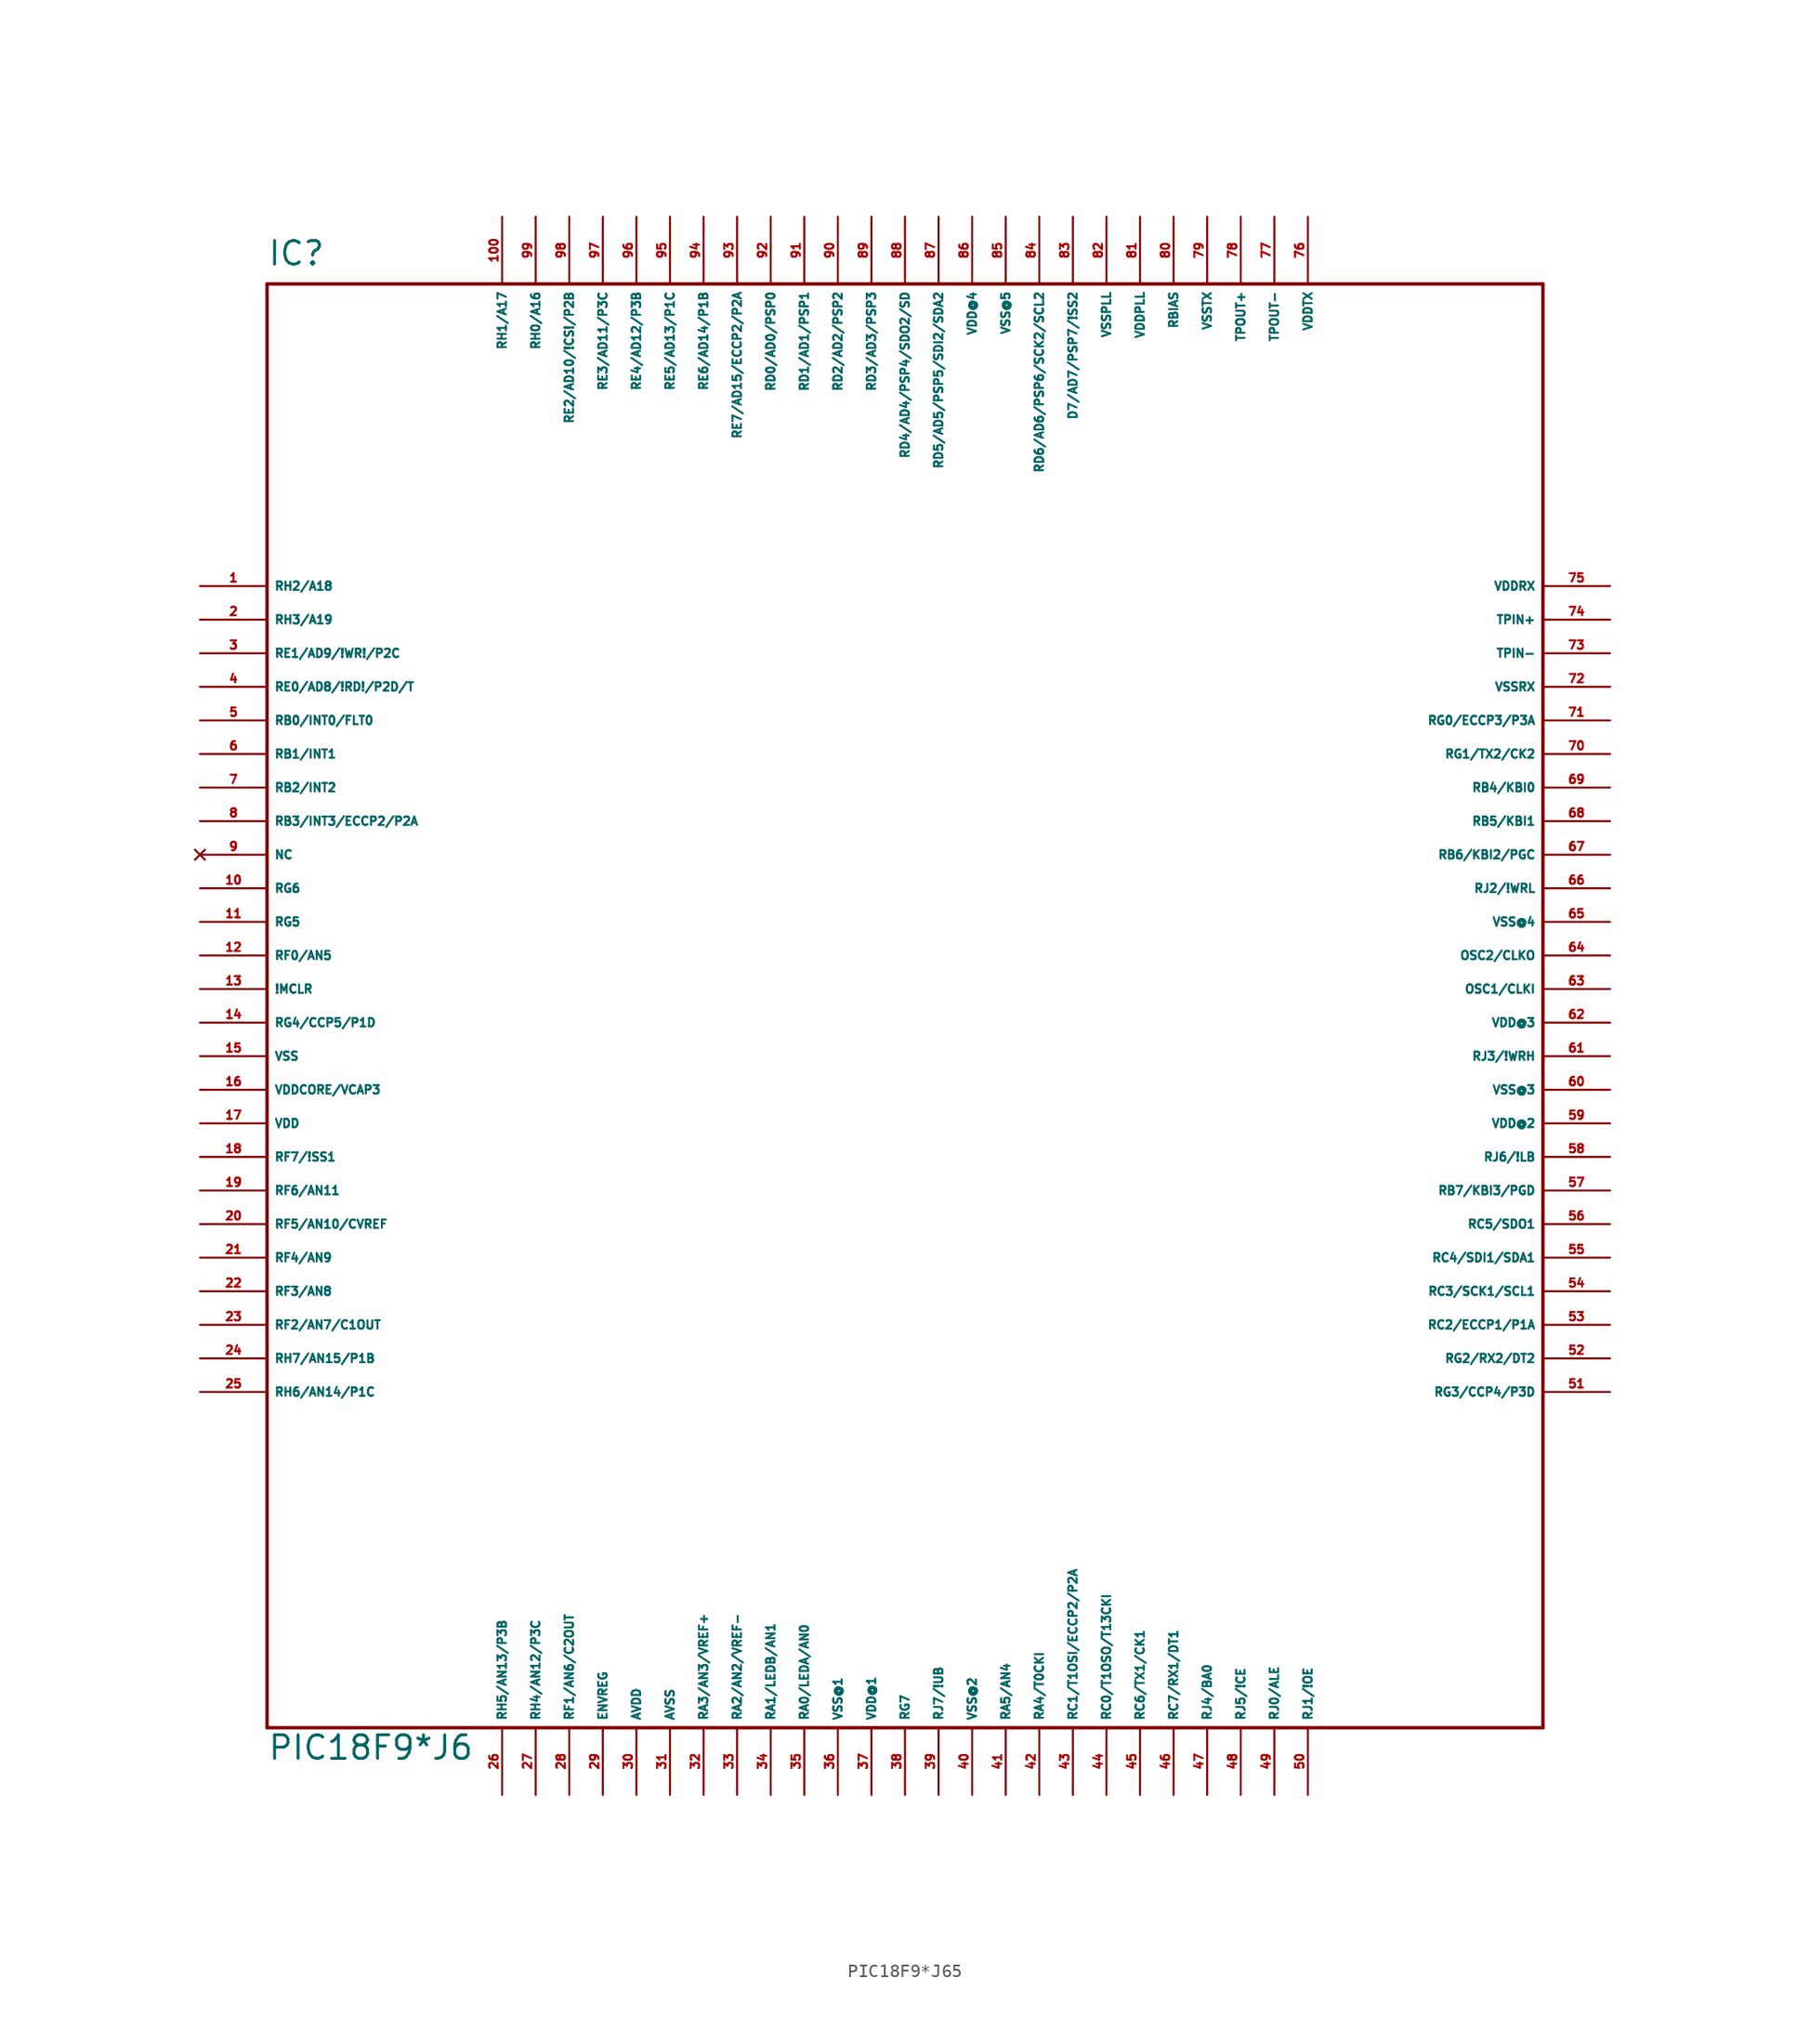
<source format=kicad_sym>
(kicad_symbol_lib
  (version 20220914)
  (generator Eagle2Kicad)
  (symbol "PIC18F9*J65"
    (property "Reference" "IC"
      (at -48.26 54.61 0)
      (effects (font (size 1.778 1.778) (thickness 0.22)) (justify left bottom)))
    (property "Value" "PIC18F9*J6"
      (at -48.26 -58.42 0)
      (effects (font (size 1.778 1.778) (thickness 0.22)) (justify left bottom)))
    (polyline
      (pts (xy -48.26 -55.88) (xy 48.26 -55.88))
      (stroke (width 0.254) (type default))
      (fill (type none)))
    (polyline
      (pts (xy 48.26 -55.88) (xy 48.26 53.34))
      (stroke (width 0.254) (type default))
      (fill (type none)))
    (polyline
      (pts (xy 48.26 53.34) (xy -48.26 53.34))
      (stroke (width 0.254) (type default))
      (fill (type none)))
    (polyline
      (pts (xy -48.26 53.34) (xy -48.26 -55.88))
      (stroke (width 0.254) (type default))
      (fill (type none)))
    (pin bidirectional line
      (at -53.34 30.48 0)
      (length 5.08)
      (name "RH2/A18" (effects (font (size 0.635 0.635) (thickness 0.08)) (justify left bottom)))
      (number "1" (effects (font (size 0.635 0.635) (thickness 0.08)) (justify left bottom))))
    (pin bidirectional line
      (at -53.34 27.94 0)
      (length 5.08)
      (name "RH3/A19" (effects (font (size 0.635 0.635) (thickness 0.08)) (justify left bottom)))
      (number "2" (effects (font (size 0.635 0.635) (thickness 0.08)) (justify left bottom))))
    (pin bidirectional line
      (at -53.34 25.4 0)
      (length 5.08)
      (name "RE1/AD9/!WR!/P2C" (effects (font (size 0.635 0.635) (thickness 0.08)) (justify left bottom)))
      (number "3" (effects (font (size 0.635 0.635) (thickness 0.08)) (justify left bottom))))
    (pin bidirectional line
      (at -53.34 22.86 0)
      (length 5.08)
      (name "RE0/AD8/!RD!/P2D/T" (effects (font (size 0.635 0.635) (thickness 0.08)) (justify left bottom)))
      (number "4" (effects (font (size 0.635 0.635) (thickness 0.08)) (justify left bottom))))
    (pin bidirectional line
      (at -53.34 20.32 0)
      (length 5.08)
      (name "RB0/INT0/FLT0" (effects (font (size 0.635 0.635) (thickness 0.08)) (justify left bottom)))
      (number "5" (effects (font (size 0.635 0.635) (thickness 0.08)) (justify left bottom))))
    (pin bidirectional line
      (at -53.34 17.78 0)
      (length 5.08)
      (name "RB1/INT1" (effects (font (size 0.635 0.635) (thickness 0.08)) (justify left bottom)))
      (number "6" (effects (font (size 0.635 0.635) (thickness 0.08)) (justify left bottom))))
    (pin bidirectional line
      (at -53.34 15.24 0)
      (length 5.08)
      (name "RB2/INT2" (effects (font (size 0.635 0.635) (thickness 0.08)) (justify left bottom)))
      (number "7" (effects (font (size 0.635 0.635) (thickness 0.08)) (justify left bottom))))
    (pin bidirectional line
      (at -53.34 12.7 0)
      (length 5.08)
      (name "RB3/INT3/ECCP2/P2A" (effects (font (size 0.635 0.635) (thickness 0.08)) (justify left bottom)))
      (number "8" (effects (font (size 0.635 0.635) (thickness 0.08)) (justify left bottom))))
    (pin no_connect line
      (at -53.34 10.16 0)
      (length 5.08)
      (name "NC" (effects (font (size 0.635 0.635) (thickness 0.08)) (justify left bottom) hide))
      (number "9" (effects (font (size 0.635 0.635) (thickness 0.08)) (justify left bottom) hide)))
    (pin bidirectional line
      (at -53.34 7.62 0)
      (length 5.08)
      (name "RG6" (effects (font (size 0.635 0.635) (thickness 0.08)) (justify left bottom)))
      (number "10" (effects (font (size 0.635 0.635) (thickness 0.08)) (justify left bottom))))
    (pin bidirectional line
      (at -53.34 5.08 0)
      (length 5.08)
      (name "RG5" (effects (font (size 0.635 0.635) (thickness 0.08)) (justify left bottom)))
      (number "11" (effects (font (size 0.635 0.635) (thickness 0.08)) (justify left bottom))))
    (pin bidirectional line
      (at -53.34 2.54 0)
      (length 5.08)
      (name "RF0/AN5" (effects (font (size 0.635 0.635) (thickness 0.08)) (justify left bottom)))
      (number "12" (effects (font (size 0.635 0.635) (thickness 0.08)) (justify left bottom))))
    (pin input line
      (at -53.34 0 0)
      (length 5.08)
      (name "!MCLR" (effects (font (size 0.635 0.635) (thickness 0.08)) (justify left bottom)))
      (number "13" (effects (font (size 0.635 0.635) (thickness 0.08)) (justify left bottom))))
    (pin bidirectional line
      (at -53.34 -2.54 0)
      (length 5.08)
      (name "RG4/CCP5/P1D" (effects (font (size 0.635 0.635) (thickness 0.08)) (justify left bottom)))
      (number "14" (effects (font (size 0.635 0.635) (thickness 0.08)) (justify left bottom))))
    (pin unspecified line
      (at -53.34 -5.08 0)
      (length 5.08)
      (name "VSS" (effects (font (size 0.635 0.635) (thickness 0.08)) (justify left bottom)))
      (number "15" (effects (font (size 0.635 0.635) (thickness 0.08)) (justify left bottom))))
    (pin bidirectional line
      (at -53.34 -7.62 0)
      (length 5.08)
      (name "VDDCORE/VCAP3" (effects (font (size 0.635 0.635) (thickness 0.08)) (justify left bottom)))
      (number "16" (effects (font (size 0.635 0.635) (thickness 0.08)) (justify left bottom))))
    (pin unspecified line
      (at -53.34 -10.16 0)
      (length 5.08)
      (name "VDD" (effects (font (size 0.635 0.635) (thickness 0.08)) (justify left bottom)))
      (number "17" (effects (font (size 0.635 0.635) (thickness 0.08)) (justify left bottom))))
    (pin bidirectional line
      (at -53.34 -12.7 0)
      (length 5.08)
      (name "RF7/!SS1" (effects (font (size 0.635 0.635) (thickness 0.08)) (justify left bottom)))
      (number "18" (effects (font (size 0.635 0.635) (thickness 0.08)) (justify left bottom))))
    (pin bidirectional line
      (at -53.34 -15.24 0)
      (length 5.08)
      (name "RF6/AN11" (effects (font (size 0.635 0.635) (thickness 0.08)) (justify left bottom)))
      (number "19" (effects (font (size 0.635 0.635) (thickness 0.08)) (justify left bottom))))
    (pin bidirectional line
      (at -53.34 -17.78 0)
      (length 5.08)
      (name "RF5/AN10/CVREF" (effects (font (size 0.635 0.635) (thickness 0.08)) (justify left bottom)))
      (number "20" (effects (font (size 0.635 0.635) (thickness 0.08)) (justify left bottom))))
    (pin bidirectional line
      (at -53.34 -20.32 0)
      (length 5.08)
      (name "RF4/AN9" (effects (font (size 0.635 0.635) (thickness 0.08)) (justify left bottom)))
      (number "21" (effects (font (size 0.635 0.635) (thickness 0.08)) (justify left bottom))))
    (pin bidirectional line
      (at -53.34 -22.86 0)
      (length 5.08)
      (name "RF3/AN8" (effects (font (size 0.635 0.635) (thickness 0.08)) (justify left bottom)))
      (number "22" (effects (font (size 0.635 0.635) (thickness 0.08)) (justify left bottom))))
    (pin bidirectional line
      (at -53.34 -25.4 0)
      (length 5.08)
      (name "RF2/AN7/C1OUT" (effects (font (size 0.635 0.635) (thickness 0.08)) (justify left bottom)))
      (number "23" (effects (font (size 0.635 0.635) (thickness 0.08)) (justify left bottom))))
    (pin bidirectional line
      (at -53.34 -27.94 0)
      (length 5.08)
      (name "RH7/AN15/P1B" (effects (font (size 0.635 0.635) (thickness 0.08)) (justify left bottom)))
      (number "24" (effects (font (size 0.635 0.635) (thickness 0.08)) (justify left bottom))))
    (pin bidirectional line
      (at -53.34 -30.48 0)
      (length 5.08)
      (name "RH6/AN14/P1C" (effects (font (size 0.635 0.635) (thickness 0.08)) (justify left bottom)))
      (number "25" (effects (font (size 0.635 0.635) (thickness 0.08)) (justify left bottom))))
    (pin bidirectional line
      (at -30.48 -60.96 90)
      (length 5.08)
      (name "RH5/AN13/P3B" (effects (font (size 0.635 0.635) (thickness 0.08)) (justify left bottom)))
      (number "26" (effects (font (size 0.635 0.635) (thickness 0.08)) (justify left bottom))))
    (pin bidirectional line
      (at -27.94 -60.96 90)
      (length 5.08)
      (name "RH4/AN12/P3C" (effects (font (size 0.635 0.635) (thickness 0.08)) (justify left bottom)))
      (number "27" (effects (font (size 0.635 0.635) (thickness 0.08)) (justify left bottom))))
    (pin bidirectional line
      (at -25.4 -60.96 90)
      (length 5.08)
      (name "RF1/AN6/C2OUT" (effects (font (size 0.635 0.635) (thickness 0.08)) (justify left bottom)))
      (number "28" (effects (font (size 0.635 0.635) (thickness 0.08)) (justify left bottom))))
    (pin input line
      (at -22.86 -60.96 90)
      (length 5.08)
      (name "ENVREG" (effects (font (size 0.635 0.635) (thickness 0.08)) (justify left bottom)))
      (number "29" (effects (font (size 0.635 0.635) (thickness 0.08)) (justify left bottom))))
    (pin input line
      (at -20.32 -60.96 90)
      (length 5.08)
      (name "AVDD" (effects (font (size 0.635 0.635) (thickness 0.08)) (justify left bottom)))
      (number "30" (effects (font (size 0.635 0.635) (thickness 0.08)) (justify left bottom))))
    (pin input line
      (at -17.78 -60.96 90)
      (length 5.08)
      (name "AVSS" (effects (font (size 0.635 0.635) (thickness 0.08)) (justify left bottom)))
      (number "31" (effects (font (size 0.635 0.635) (thickness 0.08)) (justify left bottom))))
    (pin bidirectional line
      (at -15.24 -60.96 90)
      (length 5.08)
      (name "RA3/AN3/VREF+" (effects (font (size 0.635 0.635) (thickness 0.08)) (justify left bottom)))
      (number "32" (effects (font (size 0.635 0.635) (thickness 0.08)) (justify left bottom))))
    (pin bidirectional line
      (at -12.7 -60.96 90)
      (length 5.08)
      (name "RA2/AN2/VREF-" (effects (font (size 0.635 0.635) (thickness 0.08)) (justify left bottom)))
      (number "33" (effects (font (size 0.635 0.635) (thickness 0.08)) (justify left bottom))))
    (pin bidirectional line
      (at -10.16 -60.96 90)
      (length 5.08)
      (name "RA1/LEDB/AN1" (effects (font (size 0.635 0.635) (thickness 0.08)) (justify left bottom)))
      (number "34" (effects (font (size 0.635 0.635) (thickness 0.08)) (justify left bottom))))
    (pin bidirectional line
      (at -7.62 -60.96 90)
      (length 5.08)
      (name "RA0/LEDA/AN0" (effects (font (size 0.635 0.635) (thickness 0.08)) (justify left bottom)))
      (number "35" (effects (font (size 0.635 0.635) (thickness 0.08)) (justify left bottom))))
    (pin unspecified line
      (at -5.08 -60.96 90)
      (length 5.08)
      (name "VSS@1" (effects (font (size 0.635 0.635) (thickness 0.08)) (justify left bottom)))
      (number "36" (effects (font (size 0.635 0.635) (thickness 0.08)) (justify left bottom))))
    (pin unspecified line
      (at -2.54 -60.96 90)
      (length 5.08)
      (name "VDD@1" (effects (font (size 0.635 0.635) (thickness 0.08)) (justify left bottom)))
      (number "37" (effects (font (size 0.635 0.635) (thickness 0.08)) (justify left bottom))))
    (pin bidirectional line
      (at 0 -60.96 90)
      (length 5.08)
      (name "RG7" (effects (font (size 0.635 0.635) (thickness 0.08)) (justify left bottom)))
      (number "38" (effects (font (size 0.635 0.635) (thickness 0.08)) (justify left bottom))))
    (pin bidirectional line
      (at 2.54 -60.96 90)
      (length 5.08)
      (name "RJ7/!UB" (effects (font (size 0.635 0.635) (thickness 0.08)) (justify left bottom)))
      (number "39" (effects (font (size 0.635 0.635) (thickness 0.08)) (justify left bottom))))
    (pin bidirectional line
      (at 5.08 -60.96 90)
      (length 5.08)
      (name "VSS@2" (effects (font (size 0.635 0.635) (thickness 0.08)) (justify left bottom)))
      (number "40" (effects (font (size 0.635 0.635) (thickness 0.08)) (justify left bottom))))
    (pin bidirectional line
      (at 7.62 -60.96 90)
      (length 5.08)
      (name "RA5/AN4" (effects (font (size 0.635 0.635) (thickness 0.08)) (justify left bottom)))
      (number "41" (effects (font (size 0.635 0.635) (thickness 0.08)) (justify left bottom))))
    (pin bidirectional line
      (at 10.16 -60.96 90)
      (length 5.08)
      (name "RA4/T0CKI" (effects (font (size 0.635 0.635) (thickness 0.08)) (justify left bottom)))
      (number "42" (effects (font (size 0.635 0.635) (thickness 0.08)) (justify left bottom))))
    (pin bidirectional line
      (at 12.7 -60.96 90)
      (length 5.08)
      (name "RC1/T1OSI/ECCP2/P2A" (effects (font (size 0.635 0.635) (thickness 0.08)) (justify left bottom)))
      (number "43" (effects (font (size 0.635 0.635) (thickness 0.08)) (justify left bottom))))
    (pin bidirectional line
      (at 15.24 -60.96 90)
      (length 5.08)
      (name "RC0/T1OSO/T13CKI" (effects (font (size 0.635 0.635) (thickness 0.08)) (justify left bottom)))
      (number "44" (effects (font (size 0.635 0.635) (thickness 0.08)) (justify left bottom))))
    (pin bidirectional line
      (at 17.78 -60.96 90)
      (length 5.08)
      (name "RC6/TX1/CK1" (effects (font (size 0.635 0.635) (thickness 0.08)) (justify left bottom)))
      (number "45" (effects (font (size 0.635 0.635) (thickness 0.08)) (justify left bottom))))
    (pin bidirectional line
      (at 20.32 -60.96 90)
      (length 5.08)
      (name "RC7/RX1/DT1" (effects (font (size 0.635 0.635) (thickness 0.08)) (justify left bottom)))
      (number "46" (effects (font (size 0.635 0.635) (thickness 0.08)) (justify left bottom))))
    (pin bidirectional line
      (at 22.86 -60.96 90)
      (length 5.08)
      (name "RJ4/BA0" (effects (font (size 0.635 0.635) (thickness 0.08)) (justify left bottom)))
      (number "47" (effects (font (size 0.635 0.635) (thickness 0.08)) (justify left bottom))))
    (pin bidirectional line
      (at 25.4 -60.96 90)
      (length 5.08)
      (name "RJ5/!CE" (effects (font (size 0.635 0.635) (thickness 0.08)) (justify left bottom)))
      (number "48" (effects (font (size 0.635 0.635) (thickness 0.08)) (justify left bottom))))
    (pin bidirectional line
      (at 27.94 -60.96 90)
      (length 5.08)
      (name "RJ0/ALE" (effects (font (size 0.635 0.635) (thickness 0.08)) (justify left bottom)))
      (number "49" (effects (font (size 0.635 0.635) (thickness 0.08)) (justify left bottom))))
    (pin bidirectional line
      (at 30.48 -60.96 90)
      (length 5.08)
      (name "RJ1/!OE" (effects (font (size 0.635 0.635) (thickness 0.08)) (justify left bottom)))
      (number "50" (effects (font (size 0.635 0.635) (thickness 0.08)) (justify left bottom))))
    (pin bidirectional line
      (at 53.34 -30.48 180)
      (length 5.08)
      (name "RG3/CCP4/P3D" (effects (font (size 0.635 0.635) (thickness 0.08)) (justify left bottom)))
      (number "51" (effects (font (size 0.635 0.635) (thickness 0.08)) (justify left bottom))))
    (pin bidirectional line
      (at 53.34 -27.94 180)
      (length 5.08)
      (name "RG2/RX2/DT2" (effects (font (size 0.635 0.635) (thickness 0.08)) (justify left bottom)))
      (number "52" (effects (font (size 0.635 0.635) (thickness 0.08)) (justify left bottom))))
    (pin bidirectional line
      (at 53.34 -25.4 180)
      (length 5.08)
      (name "RC2/ECCP1/P1A" (effects (font (size 0.635 0.635) (thickness 0.08)) (justify left bottom)))
      (number "53" (effects (font (size 0.635 0.635) (thickness 0.08)) (justify left bottom))))
    (pin bidirectional line
      (at 53.34 -22.86 180)
      (length 5.08)
      (name "RC3/SCK1/SCL1" (effects (font (size 0.635 0.635) (thickness 0.08)) (justify left bottom)))
      (number "54" (effects (font (size 0.635 0.635) (thickness 0.08)) (justify left bottom))))
    (pin bidirectional line
      (at 53.34 -20.32 180)
      (length 5.08)
      (name "RC4/SDI1/SDA1" (effects (font (size 0.635 0.635) (thickness 0.08)) (justify left bottom)))
      (number "55" (effects (font (size 0.635 0.635) (thickness 0.08)) (justify left bottom))))
    (pin bidirectional line
      (at 53.34 -17.78 180)
      (length 5.08)
      (name "RC5/SDO1" (effects (font (size 0.635 0.635) (thickness 0.08)) (justify left bottom)))
      (number "56" (effects (font (size 0.635 0.635) (thickness 0.08)) (justify left bottom))))
    (pin bidirectional line
      (at 53.34 -15.24 180)
      (length 5.08)
      (name "RB7/KBI3/PGD" (effects (font (size 0.635 0.635) (thickness 0.08)) (justify left bottom)))
      (number "57" (effects (font (size 0.635 0.635) (thickness 0.08)) (justify left bottom))))
    (pin bidirectional line
      (at 53.34 -12.7 180)
      (length 5.08)
      (name "RJ6/!LB" (effects (font (size 0.635 0.635) (thickness 0.08)) (justify left bottom)))
      (number "58" (effects (font (size 0.635 0.635) (thickness 0.08)) (justify left bottom))))
    (pin unspecified line
      (at 53.34 -10.16 180)
      (length 5.08)
      (name "VDD@2" (effects (font (size 0.635 0.635) (thickness 0.08)) (justify left bottom)))
      (number "59" (effects (font (size 0.635 0.635) (thickness 0.08)) (justify left bottom))))
    (pin unspecified line
      (at 53.34 -7.62 180)
      (length 5.08)
      (name "VSS@3" (effects (font (size 0.635 0.635) (thickness 0.08)) (justify left bottom)))
      (number "60" (effects (font (size 0.635 0.635) (thickness 0.08)) (justify left bottom))))
    (pin bidirectional line
      (at 53.34 -5.08 180)
      (length 5.08)
      (name "RJ3/!WRH" (effects (font (size 0.635 0.635) (thickness 0.08)) (justify left bottom)))
      (number "61" (effects (font (size 0.635 0.635) (thickness 0.08)) (justify left bottom))))
    (pin unspecified line
      (at 53.34 -2.54 180)
      (length 5.08)
      (name "VDD@3" (effects (font (size 0.635 0.635) (thickness 0.08)) (justify left bottom)))
      (number "62" (effects (font (size 0.635 0.635) (thickness 0.08)) (justify left bottom))))
    (pin input line
      (at 53.34 0 180)
      (length 5.08)
      (name "OSC1/CLKI" (effects (font (size 0.635 0.635) (thickness 0.08)) (justify left bottom)))
      (number "63" (effects (font (size 0.635 0.635) (thickness 0.08)) (justify left bottom))))
    (pin output line
      (at 53.34 2.54 180)
      (length 5.08)
      (name "OSC2/CLKO" (effects (font (size 0.635 0.635) (thickness 0.08)) (justify left bottom)))
      (number "64" (effects (font (size 0.635 0.635) (thickness 0.08)) (justify left bottom))))
    (pin unspecified line
      (at 53.34 5.08 180)
      (length 5.08)
      (name "VSS@4" (effects (font (size 0.635 0.635) (thickness 0.08)) (justify left bottom)))
      (number "65" (effects (font (size 0.635 0.635) (thickness 0.08)) (justify left bottom))))
    (pin bidirectional line
      (at 53.34 7.62 180)
      (length 5.08)
      (name "RJ2/!WRL" (effects (font (size 0.635 0.635) (thickness 0.08)) (justify left bottom)))
      (number "66" (effects (font (size 0.635 0.635) (thickness 0.08)) (justify left bottom))))
    (pin bidirectional line
      (at 53.34 10.16 180)
      (length 5.08)
      (name "RB6/KBI2/PGC" (effects (font (size 0.635 0.635) (thickness 0.08)) (justify left bottom)))
      (number "67" (effects (font (size 0.635 0.635) (thickness 0.08)) (justify left bottom))))
    (pin bidirectional line
      (at 53.34 12.7 180)
      (length 5.08)
      (name "RB5/KBI1" (effects (font (size 0.635 0.635) (thickness 0.08)) (justify left bottom)))
      (number "68" (effects (font (size 0.635 0.635) (thickness 0.08)) (justify left bottom))))
    (pin bidirectional line
      (at 53.34 15.24 180)
      (length 5.08)
      (name "RB4/KBI0" (effects (font (size 0.635 0.635) (thickness 0.08)) (justify left bottom)))
      (number "69" (effects (font (size 0.635 0.635) (thickness 0.08)) (justify left bottom))))
    (pin bidirectional line
      (at 53.34 17.78 180)
      (length 5.08)
      (name "RG1/TX2/CK2" (effects (font (size 0.635 0.635) (thickness 0.08)) (justify left bottom)))
      (number "70" (effects (font (size 0.635 0.635) (thickness 0.08)) (justify left bottom))))
    (pin bidirectional line
      (at 53.34 20.32 180)
      (length 5.08)
      (name "RG0/ECCP3/P3A" (effects (font (size 0.635 0.635) (thickness 0.08)) (justify left bottom)))
      (number "71" (effects (font (size 0.635 0.635) (thickness 0.08)) (justify left bottom))))
    (pin input line
      (at 53.34 22.86 180)
      (length 5.08)
      (name "VSSRX" (effects (font (size 0.635 0.635) (thickness 0.08)) (justify left bottom)))
      (number "72" (effects (font (size 0.635 0.635) (thickness 0.08)) (justify left bottom))))
    (pin input line
      (at 53.34 25.4 180)
      (length 5.08)
      (name "TPIN-" (effects (font (size 0.635 0.635) (thickness 0.08)) (justify left bottom)))
      (number "73" (effects (font (size 0.635 0.635) (thickness 0.08)) (justify left bottom))))
    (pin input line
      (at 53.34 27.94 180)
      (length 5.08)
      (name "TPIN+" (effects (font (size 0.635 0.635) (thickness 0.08)) (justify left bottom)))
      (number "74" (effects (font (size 0.635 0.635) (thickness 0.08)) (justify left bottom))))
    (pin input line
      (at 53.34 30.48 180)
      (length 5.08)
      (name "VDDRX" (effects (font (size 0.635 0.635) (thickness 0.08)) (justify left bottom)))
      (number "75" (effects (font (size 0.635 0.635) (thickness 0.08)) (justify left bottom))))
    (pin input line
      (at 30.48 58.42 270)
      (length 5.08)
      (name "VDDTX" (effects (font (size 0.635 0.635) (thickness 0.08)) (justify left bottom)))
      (number "76" (effects (font (size 0.635 0.635) (thickness 0.08)) (justify left bottom))))
    (pin bidirectional line
      (at 27.94 58.42 270)
      (length 5.08)
      (name "TPOUT-" (effects (font (size 0.635 0.635) (thickness 0.08)) (justify left bottom)))
      (number "77" (effects (font (size 0.635 0.635) (thickness 0.08)) (justify left bottom))))
    (pin bidirectional line
      (at 25.4 58.42 270)
      (length 5.08)
      (name "TPOUT+" (effects (font (size 0.635 0.635) (thickness 0.08)) (justify left bottom)))
      (number "78" (effects (font (size 0.635 0.635) (thickness 0.08)) (justify left bottom))))
    (pin input line
      (at 22.86 58.42 270)
      (length 5.08)
      (name "VSSTX" (effects (font (size 0.635 0.635) (thickness 0.08)) (justify left bottom)))
      (number "79" (effects (font (size 0.635 0.635) (thickness 0.08)) (justify left bottom))))
    (pin input line
      (at 20.32 58.42 270)
      (length 5.08)
      (name "RBIAS" (effects (font (size 0.635 0.635) (thickness 0.08)) (justify left bottom)))
      (number "80" (effects (font (size 0.635 0.635) (thickness 0.08)) (justify left bottom))))
    (pin input line
      (at 17.78 58.42 270)
      (length 5.08)
      (name "VDDPLL" (effects (font (size 0.635 0.635) (thickness 0.08)) (justify left bottom)))
      (number "81" (effects (font (size 0.635 0.635) (thickness 0.08)) (justify left bottom))))
    (pin input line
      (at 15.24 58.42 270)
      (length 5.08)
      (name "VSSPLL" (effects (font (size 0.635 0.635) (thickness 0.08)) (justify left bottom)))
      (number "82" (effects (font (size 0.635 0.635) (thickness 0.08)) (justify left bottom))))
    (pin bidirectional line
      (at 12.7 58.42 270)
      (length 5.08)
      (name "D7/AD7/PSP7/!SS2" (effects (font (size 0.635 0.635) (thickness 0.08)) (justify left bottom)))
      (number "83" (effects (font (size 0.635 0.635) (thickness 0.08)) (justify left bottom))))
    (pin bidirectional line
      (at 10.16 58.42 270)
      (length 5.08)
      (name "RD6/AD6/PSP6/SCK2/SCL2" (effects (font (size 0.635 0.635) (thickness 0.08)) (justify left bottom)))
      (number "84" (effects (font (size 0.635 0.635) (thickness 0.08)) (justify left bottom))))
    (pin unspecified line
      (at 7.62 58.42 270)
      (length 5.08)
      (name "VSS@5" (effects (font (size 0.635 0.635) (thickness 0.08)) (justify left bottom)))
      (number "85" (effects (font (size 0.635 0.635) (thickness 0.08)) (justify left bottom))))
    (pin unspecified line
      (at 5.08 58.42 270)
      (length 5.08)
      (name "VDD@4" (effects (font (size 0.635 0.635) (thickness 0.08)) (justify left bottom)))
      (number "86" (effects (font (size 0.635 0.635) (thickness 0.08)) (justify left bottom))))
    (pin bidirectional line
      (at 2.54 58.42 270)
      (length 5.08)
      (name "RD5/AD5/PSP5/SDI2/SDA2" (effects (font (size 0.635 0.635) (thickness 0.08)) (justify left bottom)))
      (number "87" (effects (font (size 0.635 0.635) (thickness 0.08)) (justify left bottom))))
    (pin bidirectional line
      (at 0 58.42 270)
      (length 5.08)
      (name "RD4/AD4/PSP4/SDO2/SD" (effects (font (size 0.635 0.635) (thickness 0.08)) (justify left bottom)))
      (number "88" (effects (font (size 0.635 0.635) (thickness 0.08)) (justify left bottom))))
    (pin bidirectional line
      (at -2.54 58.42 270)
      (length 5.08)
      (name "RD3/AD3/PSP3" (effects (font (size 0.635 0.635) (thickness 0.08)) (justify left bottom)))
      (number "89" (effects (font (size 0.635 0.635) (thickness 0.08)) (justify left bottom))))
    (pin bidirectional line
      (at -5.08 58.42 270)
      (length 5.08)
      (name "RD2/AD2/PSP2" (effects (font (size 0.635 0.635) (thickness 0.08)) (justify left bottom)))
      (number "90" (effects (font (size 0.635 0.635) (thickness 0.08)) (justify left bottom))))
    (pin bidirectional line
      (at -7.62 58.42 270)
      (length 5.08)
      (name "RD1/AD1/PSP1" (effects (font (size 0.635 0.635) (thickness 0.08)) (justify left bottom)))
      (number "91" (effects (font (size 0.635 0.635) (thickness 0.08)) (justify left bottom))))
    (pin bidirectional line
      (at -10.16 58.42 270)
      (length 5.08)
      (name "RD0/AD0/PSP0" (effects (font (size 0.635 0.635) (thickness 0.08)) (justify left bottom)))
      (number "92" (effects (font (size 0.635 0.635) (thickness 0.08)) (justify left bottom))))
    (pin bidirectional line
      (at -12.7 58.42 270)
      (length 5.08)
      (name "RE7/AD15/ECCP2/P2A" (effects (font (size 0.635 0.635) (thickness 0.08)) (justify left bottom)))
      (number "93" (effects (font (size 0.635 0.635) (thickness 0.08)) (justify left bottom))))
    (pin bidirectional line
      (at -15.24 58.42 270)
      (length 5.08)
      (name "RE6/AD14/P1B" (effects (font (size 0.635 0.635) (thickness 0.08)) (justify left bottom)))
      (number "94" (effects (font (size 0.635 0.635) (thickness 0.08)) (justify left bottom))))
    (pin bidirectional line
      (at -17.78 58.42 270)
      (length 5.08)
      (name "RE5/AD13/P1C" (effects (font (size 0.635 0.635) (thickness 0.08)) (justify left bottom)))
      (number "95" (effects (font (size 0.635 0.635) (thickness 0.08)) (justify left bottom))))
    (pin bidirectional line
      (at -20.32 58.42 270)
      (length 5.08)
      (name "RE4/AD12/P3B" (effects (font (size 0.635 0.635) (thickness 0.08)) (justify left bottom)))
      (number "96" (effects (font (size 0.635 0.635) (thickness 0.08)) (justify left bottom))))
    (pin bidirectional line
      (at -22.86 58.42 270)
      (length 5.08)
      (name "RE3/AD11/P3C" (effects (font (size 0.635 0.635) (thickness 0.08)) (justify left bottom)))
      (number "97" (effects (font (size 0.635 0.635) (thickness 0.08)) (justify left bottom))))
    (pin bidirectional line
      (at -25.4 58.42 270)
      (length 5.08)
      (name "RE2/AD10/!CS!/P2B" (effects (font (size 0.635 0.635) (thickness 0.08)) (justify left bottom)))
      (number "98" (effects (font (size 0.635 0.635) (thickness 0.08)) (justify left bottom))))
    (pin bidirectional line
      (at -27.94 58.42 270)
      (length 5.08)
      (name "RH0/A16" (effects (font (size 0.635 0.635) (thickness 0.08)) (justify left bottom)))
      (number "99" (effects (font (size 0.635 0.635) (thickness 0.08)) (justify left bottom))))
    (pin bidirectional line
      (at -30.48 58.42 270)
      (length 5.08)
      (name "RH1/A17" (effects (font (size 0.635 0.635) (thickness 0.08)) (justify left bottom)))
      (number "100" (effects (font (size 0.635 0.635) (thickness 0.08)) (justify left bottom))))))
</source>
